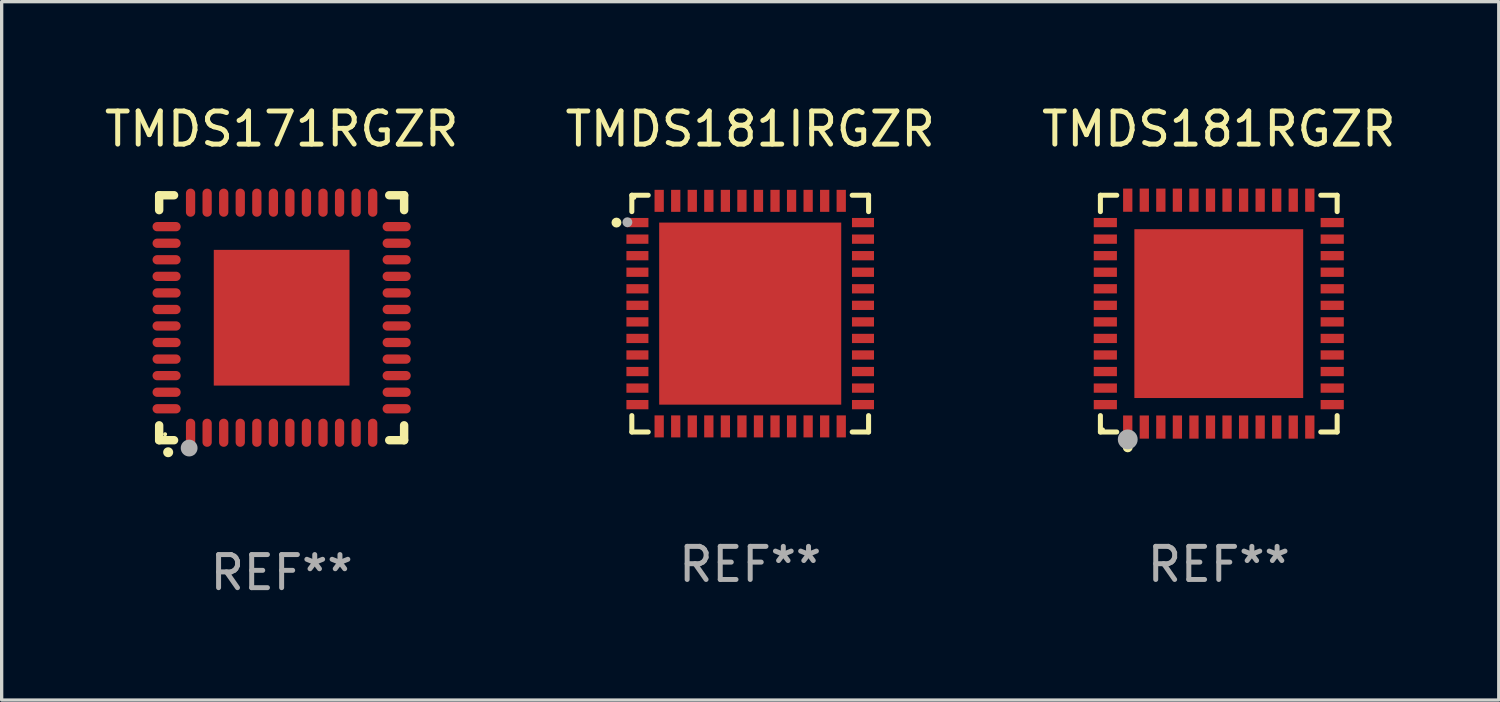
<source format=kicad_pcb>
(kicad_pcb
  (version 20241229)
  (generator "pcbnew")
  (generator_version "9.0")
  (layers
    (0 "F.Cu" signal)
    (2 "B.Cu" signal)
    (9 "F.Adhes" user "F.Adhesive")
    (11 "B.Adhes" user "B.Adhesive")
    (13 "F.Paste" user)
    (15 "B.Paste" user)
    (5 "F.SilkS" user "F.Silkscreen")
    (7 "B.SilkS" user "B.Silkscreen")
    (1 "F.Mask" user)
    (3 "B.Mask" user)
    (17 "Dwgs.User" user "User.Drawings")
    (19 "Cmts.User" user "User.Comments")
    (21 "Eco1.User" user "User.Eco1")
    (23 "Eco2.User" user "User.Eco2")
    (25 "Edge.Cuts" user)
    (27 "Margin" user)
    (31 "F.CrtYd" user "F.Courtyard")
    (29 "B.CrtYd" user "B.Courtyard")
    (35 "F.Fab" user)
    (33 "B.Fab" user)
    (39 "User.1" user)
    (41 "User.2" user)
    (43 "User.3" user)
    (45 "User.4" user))
  (footprint "TMDS181RGZR"
    (layer "F.Cu")
    (at 33.768 6.424)
    (property "Reference" "TMDS181RGZR" (at 0 -5.576 0) (layer "F.SilkS") (effects (font (size 1 1) (thickness 0.15))))
    (attr through_hole)
    (fp_line (start -3.576 -3.576) (end -3.081 -3.576) (stroke (width 0.152) (type solid)) (layer "F.SilkS"))
    (fp_line (start -3.576 -3.081) (end -3.576 -3.576) (stroke (width 0.152) (type solid)) (layer "F.SilkS"))
    (fp_line (start -3.576 3.081) (end -3.576 3.576) (stroke (width 0.152) (type solid)) (layer "F.SilkS"))
    (fp_line (start -3.576 3.576) (end -3.081 3.576) (stroke (width 0.152) (type solid)) (layer "F.SilkS"))
    (fp_line (start 3.576 -3.576) (end 3.081 -3.576) (stroke (width 0.152) (type solid)) (layer "F.SilkS"))
    (fp_line (start 3.576 -3.081) (end 3.576 -3.576) (stroke (width 0.152) (type solid)) (layer "F.SilkS"))
    (fp_line (start 3.576 3.081) (end 3.576 3.576) (stroke (width 0.152) (type solid)) (layer "F.SilkS"))
    (fp_line (start 3.576 3.576) (end 3.081 3.576) (stroke (width 0.152) (type solid)) (layer "F.SilkS"))
    (fp_circle (center -3.5 3.5) (end -3.47 3.5) (stroke (width 0.06) (type solid)) (fill no) (layer "F.SilkS"))
    (fp_circle (center -2.75 4.04) (end -2.675 4.04) (stroke (width 0.15) (type solid)) (fill no) (layer "F.SilkS"))
    (fp_circle (center -2.75 3.8) (end -2.6 3.8) (stroke (width 0.3) (type solid)) (fill no) (layer "F.Fab"))
    (fp_text user "REF**" (at 0 7.576 0) (layer "F.Fab") (effects (font (size 1 1) (thickness 0.15))))
    (pad "1" smd rect (at -2.75 3.427) (size 0.28 0.7) (layers "F.Cu" "F.Mask" "F.Paste"))
    (pad "2" smd rect (at -2.25 3.427) (size 0.28 0.7) (layers "F.Cu" "F.Mask" "F.Paste"))
    (pad "3" smd rect (at -1.75 3.427) (size 0.28 0.7) (layers "F.Cu" "F.Mask" "F.Paste"))
    (pad "4" smd rect (at -1.25 3.427) (size 0.28 0.7) (layers "F.Cu" "F.Mask" "F.Paste"))
    (pad "5" smd rect (at -0.75 3.427) (size 0.28 0.7) (layers "F.Cu" "F.Mask" "F.Paste"))
    (pad "6" smd rect (at -0.25 3.427) (size 0.28 0.7) (layers "F.Cu" "F.Mask" "F.Paste"))
    (pad "7" smd rect (at 0.25 3.427) (size 0.28 0.7) (layers "F.Cu" "F.Mask" "F.Paste"))
    (pad "8" smd rect (at 0.75 3.427) (size 0.28 0.7) (layers "F.Cu" "F.Mask" "F.Paste"))
    (pad "9" smd rect (at 1.25 3.427) (size 0.28 0.7) (layers "F.Cu" "F.Mask" "F.Paste"))
    (pad "10" smd rect (at 1.75 3.427) (size 0.28 0.7) (layers "F.Cu" "F.Mask" "F.Paste"))
    (pad "11" smd rect (at 2.25 3.427) (size 0.28 0.7) (layers "F.Cu" "F.Mask" "F.Paste"))
    (pad "12" smd rect (at 2.75 3.427) (size 0.28 0.7) (layers "F.Cu" "F.Mask" "F.Paste"))
    (pad "13" smd rect (at 3.427 2.75) (size 0.7 0.28) (layers "F.Cu" "F.Mask" "F.Paste"))
    (pad "14" smd rect (at 3.427 2.25) (size 0.7 0.28) (layers "F.Cu" "F.Mask" "F.Paste"))
    (pad "15" smd rect (at 3.427 1.75) (size 0.7 0.28) (layers "F.Cu" "F.Mask" "F.Paste"))
    (pad "16" smd rect (at 3.427 1.25) (size 0.7 0.28) (layers "F.Cu" "F.Mask" "F.Paste"))
    (pad "17" smd rect (at 3.427 0.75) (size 0.7 0.28) (layers "F.Cu" "F.Mask" "F.Paste"))
    (pad "18" smd rect (at 3.427 0.25) (size 0.7 0.28) (layers "F.Cu" "F.Mask" "F.Paste"))
    (pad "19" smd rect (at 3.427 -0.25) (size 0.7 0.28) (layers "F.Cu" "F.Mask" "F.Paste"))
    (pad "20" smd rect (at 3.427 -0.75) (size 0.7 0.28) (layers "F.Cu" "F.Mask" "F.Paste"))
    (pad "21" smd rect (at 3.427 -1.25) (size 0.7 0.28) (layers "F.Cu" "F.Mask" "F.Paste"))
    (pad "22" smd rect (at 3.427 -1.75) (size 0.7 0.28) (layers "F.Cu" "F.Mask" "F.Paste"))
    (pad "23" smd rect (at 3.427 -2.25) (size 0.7 0.28) (layers "F.Cu" "F.Mask" "F.Paste"))
    (pad "24" smd rect (at 3.427 -2.75) (size 0.7 0.28) (layers "F.Cu" "F.Mask" "F.Paste"))
    (pad "25" smd rect (at 2.75 -3.427) (size 0.28 0.7) (layers "F.Cu" "F.Mask" "F.Paste"))
    (pad "26" smd rect (at 2.25 -3.427) (size 0.28 0.7) (layers "F.Cu" "F.Mask" "F.Paste"))
    (pad "27" smd rect (at 1.75 -3.427) (size 0.28 0.7) (layers "F.Cu" "F.Mask" "F.Paste"))
    (pad "28" smd rect (at 1.25 -3.427) (size 0.28 0.7) (layers "F.Cu" "F.Mask" "F.Paste"))
    (pad "29" smd rect (at 0.75 -3.427) (size 0.28 0.7) (layers "F.Cu" "F.Mask" "F.Paste"))
    (pad "30" smd rect (at 0.25 -3.427) (size 0.28 0.7) (layers "F.Cu" "F.Mask" "F.Paste"))
    (pad "31" smd rect (at -0.25 -3.427) (size 0.28 0.7) (layers "F.Cu" "F.Mask" "F.Paste"))
    (pad "32" smd rect (at -0.75 -3.427) (size 0.28 0.7) (layers "F.Cu" "F.Mask" "F.Paste"))
    (pad "33" smd rect (at -1.25 -3.427) (size 0.28 0.7) (layers "F.Cu" "F.Mask" "F.Paste"))
    (pad "34" smd rect (at -1.75 -3.427) (size 0.28 0.7) (layers "F.Cu" "F.Mask" "F.Paste"))
    (pad "35" smd rect (at -2.25 -3.427) (size 0.28 0.7) (layers "F.Cu" "F.Mask" "F.Paste"))
    (pad "36" smd rect (at -2.75 -3.427) (size 0.28 0.7) (layers "F.Cu" "F.Mask" "F.Paste"))
    (pad "37" smd rect (at -3.427 -2.75) (size 0.7 0.28) (layers "F.Cu" "F.Mask" "F.Paste"))
    (pad "38" smd rect (at -3.427 -2.25) (size 0.7 0.28) (layers "F.Cu" "F.Mask" "F.Paste"))
    (pad "39" smd rect (at -3.427 -1.75) (size 0.7 0.28) (layers "F.Cu" "F.Mask" "F.Paste"))
    (pad "40" smd rect (at -3.427 -1.25) (size 0.7 0.28) (layers "F.Cu" "F.Mask" "F.Paste"))
    (pad "41" smd rect (at -3.427 -0.75) (size 0.7 0.28) (layers "F.Cu" "F.Mask" "F.Paste"))
    (pad "42" smd rect (at -3.427 -0.25) (size 0.7 0.28) (layers "F.Cu" "F.Mask" "F.Paste"))
    (pad "43" smd rect (at -3.427 0.25) (size 0.7 0.28) (layers "F.Cu" "F.Mask" "F.Paste"))
    (pad "44" smd rect (at -3.427 0.75) (size 0.7 0.28) (layers "F.Cu" "F.Mask" "F.Paste"))
    (pad "45" smd rect (at -3.427 1.25) (size 0.7 0.28) (layers "F.Cu" "F.Mask" "F.Paste"))
    (pad "46" smd rect (at -3.427 1.75) (size 0.7 0.28) (layers "F.Cu" "F.Mask" "F.Paste"))
    (pad "47" smd rect (at -3.427 2.25) (size 0.7 0.28) (layers "F.Cu" "F.Mask" "F.Paste"))
    (pad "48" smd rect (at -3.427 2.75) (size 0.7 0.28) (layers "F.Cu" "F.Mask" "F.Paste"))
    (pad "49" smd rect (at 0 0) (size 5.1 5.1) (layers "F.Cu" "F.Mask" "F.Paste")))
  (footprint "TMDS181IRGZR"
    (layer "F.Cu")
    (at 19.613 6.424)
    (property "Reference" "TMDS181IRGZR" (at 0 -5.576 0) (layer "F.SilkS") (effects (font (size 1 1) (thickness 0.15))))
    (attr through_hole)
    (fp_line (start -3.576 -3.576) (end -3.576 -3.081) (stroke (width 0.152) (type solid)) (layer "F.SilkS"))
    (fp_line (start -3.576 3.576) (end -3.576 3.081) (stroke (width 0.152) (type solid)) (layer "F.SilkS"))
    (fp_line (start -3.081 -3.576) (end -3.576 -3.576) (stroke (width 0.152) (type solid)) (layer "F.SilkS"))
    (fp_line (start -3.081 3.576) (end -3.576 3.576) (stroke (width 0.152) (type solid)) (layer "F.SilkS"))
    (fp_line (start 3.081 -3.576) (end 3.576 -3.576) (stroke (width 0.152) (type solid)) (layer "F.SilkS"))
    (fp_line (start 3.081 3.576) (end 3.576 3.576) (stroke (width 0.152) (type solid)) (layer "F.SilkS"))
    (fp_line (start 3.576 -3.576) (end 3.576 -3.081) (stroke (width 0.152) (type solid)) (layer "F.SilkS"))
    (fp_line (start 3.576 3.576) (end 3.576 3.081) (stroke (width 0.152) (type solid)) (layer "F.SilkS"))
    (fp_circle (center -4.04 -2.75) (end -3.965 -2.75) (stroke (width 0.15) (type solid)) (fill no) (layer "F.SilkS"))
    (fp_circle (center -3.5 -3.5) (end -3.47 -3.5) (stroke (width 0.06) (type solid)) (fill no) (layer "F.SilkS"))
    (fp_circle (center -3.71 -2.76) (end -3.635 -2.76) (stroke (width 0.15) (type solid)) (fill no) (layer "F.Fab"))
    (fp_text user "REF**" (at 0 7.576 0) (layer "F.Fab") (effects (font (size 1 1) (thickness 0.15))))
    (pad "1" smd rect (at -3.407 -2.75) (size 0.665 0.28) (layers "F.Cu" "F.Mask" "F.Paste"))
    (pad "2" smd rect (at -3.407 -2.25) (size 0.665 0.28) (layers "F.Cu" "F.Mask" "F.Paste"))
    (pad "3" smd rect (at -3.407 -1.75) (size 0.665 0.28) (layers "F.Cu" "F.Mask" "F.Paste"))
    (pad "4" smd rect (at -3.407 -1.25) (size 0.665 0.28) (layers "F.Cu" "F.Mask" "F.Paste"))
    (pad "5" smd rect (at -3.407 -0.75) (size 0.665 0.28) (layers "F.Cu" "F.Mask" "F.Paste"))
    (pad "6" smd rect (at -3.407 -0.25) (size 0.665 0.28) (layers "F.Cu" "F.Mask" "F.Paste"))
    (pad "7" smd rect (at -3.407 0.25) (size 0.665 0.28) (layers "F.Cu" "F.Mask" "F.Paste"))
    (pad "8" smd rect (at -3.407 0.75) (size 0.665 0.28) (layers "F.Cu" "F.Mask" "F.Paste"))
    (pad "9" smd rect (at -3.407 1.25) (size 0.665 0.28) (layers "F.Cu" "F.Mask" "F.Paste"))
    (pad "10" smd rect (at -3.407 1.75) (size 0.665 0.28) (layers "F.Cu" "F.Mask" "F.Paste"))
    (pad "11" smd rect (at -3.407 2.25) (size 0.665 0.28) (layers "F.Cu" "F.Mask" "F.Paste"))
    (pad "12" smd rect (at -3.407 2.75) (size 0.665 0.28) (layers "F.Cu" "F.Mask" "F.Paste"))
    (pad "13" smd rect (at -2.75 3.407) (size 0.28 0.665) (layers "F.Cu" "F.Mask" "F.Paste"))
    (pad "14" smd rect (at -2.25 3.407) (size 0.28 0.665) (layers "F.Cu" "F.Mask" "F.Paste"))
    (pad "15" smd rect (at -1.75 3.407) (size 0.28 0.665) (layers "F.Cu" "F.Mask" "F.Paste"))
    (pad "16" smd rect (at -1.25 3.407) (size 0.28 0.665) (layers "F.Cu" "F.Mask" "F.Paste"))
    (pad "17" smd rect (at -0.75 3.407) (size 0.28 0.665) (layers "F.Cu" "F.Mask" "F.Paste"))
    (pad "18" smd rect (at -0.25 3.407) (size 0.28 0.665) (layers "F.Cu" "F.Mask" "F.Paste"))
    (pad "19" smd rect (at 0.25 3.407) (size 0.28 0.665) (layers "F.Cu" "F.Mask" "F.Paste"))
    (pad "20" smd rect (at 0.75 3.407) (size 0.28 0.665) (layers "F.Cu" "F.Mask" "F.Paste"))
    (pad "21" smd rect (at 1.25 3.407) (size 0.28 0.665) (layers "F.Cu" "F.Mask" "F.Paste"))
    (pad "22" smd rect (at 1.75 3.407) (size 0.28 0.665) (layers "F.Cu" "F.Mask" "F.Paste"))
    (pad "23" smd rect (at 2.25 3.407) (size 0.28 0.665) (layers "F.Cu" "F.Mask" "F.Paste"))
    (pad "24" smd rect (at 2.75 3.407) (size 0.28 0.665) (layers "F.Cu" "F.Mask" "F.Paste"))
    (pad "25" smd rect (at 3.407 2.75) (size 0.665 0.28) (layers "F.Cu" "F.Mask" "F.Paste"))
    (pad "26" smd rect (at 3.407 2.25) (size 0.665 0.28) (layers "F.Cu" "F.Mask" "F.Paste"))
    (pad "27" smd rect (at 3.407 1.75) (size 0.665 0.28) (layers "F.Cu" "F.Mask" "F.Paste"))
    (pad "28" smd rect (at 3.407 1.25) (size 0.665 0.28) (layers "F.Cu" "F.Mask" "F.Paste"))
    (pad "29" smd rect (at 3.407 0.75) (size 0.665 0.28) (layers "F.Cu" "F.Mask" "F.Paste"))
    (pad "30" smd rect (at 3.407 0.25) (size 0.665 0.28) (layers "F.Cu" "F.Mask" "F.Paste"))
    (pad "31" smd rect (at 3.407 -0.25) (size 0.665 0.28) (layers "F.Cu" "F.Mask" "F.Paste"))
    (pad "32" smd rect (at 3.407 -0.75) (size 0.665 0.28) (layers "F.Cu" "F.Mask" "F.Paste"))
    (pad "33" smd rect (at 3.407 -1.25) (size 0.665 0.28) (layers "F.Cu" "F.Mask" "F.Paste"))
    (pad "34" smd rect (at 3.407 -1.75) (size 0.665 0.28) (layers "F.Cu" "F.Mask" "F.Paste"))
    (pad "35" smd rect (at 3.407 -2.25) (size 0.665 0.28) (layers "F.Cu" "F.Mask" "F.Paste"))
    (pad "36" smd rect (at 3.407 -2.75) (size 0.665 0.28) (layers "F.Cu" "F.Mask" "F.Paste"))
    (pad "37" smd rect (at 2.75 -3.407) (size 0.28 0.665) (layers "F.Cu" "F.Mask" "F.Paste"))
    (pad "38" smd rect (at 2.25 -3.407) (size 0.28 0.665) (layers "F.Cu" "F.Mask" "F.Paste"))
    (pad "39" smd rect (at 1.75 -3.407) (size 0.28 0.665) (layers "F.Cu" "F.Mask" "F.Paste"))
    (pad "40" smd rect (at 1.25 -3.407) (size 0.28 0.665) (layers "F.Cu" "F.Mask" "F.Paste"))
    (pad "41" smd rect (at 0.75 -3.407) (size 0.28 0.665) (layers "F.Cu" "F.Mask" "F.Paste"))
    (pad "42" smd rect (at 0.25 -3.407) (size 0.28 0.665) (layers "F.Cu" "F.Mask" "F.Paste"))
    (pad "43" smd rect (at -0.25 -3.407) (size 0.28 0.665) (layers "F.Cu" "F.Mask" "F.Paste"))
    (pad "44" smd rect (at -0.75 -3.407) (size 0.28 0.665) (layers "F.Cu" "F.Mask" "F.Paste"))
    (pad "45" smd rect (at -1.25 -3.407) (size 0.28 0.665) (layers "F.Cu" "F.Mask" "F.Paste"))
    (pad "46" smd rect (at -1.75 -3.407) (size 0.28 0.665) (layers "F.Cu" "F.Mask" "F.Paste"))
    (pad "47" smd rect (at -2.25 -3.407) (size 0.28 0.665) (layers "F.Cu" "F.Mask" "F.Paste"))
    (pad "48" smd rect (at -2.75 -3.407) (size 0.28 0.665) (layers "F.Cu" "F.Mask" "F.Paste"))
    (pad "49" smd rect (at 0 0) (size 5.5 5.5) (layers "F.Cu" "F.Mask" "F.Paste")))
  (footprint "TMDS171RGZR"
    (layer "F.Cu")
    (at 5.458 6.548)
    (property "Reference" "TMDS171RGZR" (at 0 -5.7 0) (layer "F.SilkS") (effects (font (size 1 1) (thickness 0.15))))
    (attr through_hole)
    (fp_line (start -3.7 -3.7) (end -3.25 -3.7) (stroke (width 0.254) (type solid)) (layer "F.SilkS"))
    (fp_line (start -3.7 -3.25) (end -3.7 -3.7) (stroke (width 0.254) (type solid)) (layer "F.SilkS"))
    (fp_line (start -3.7 3.7) (end -3.7 3.25) (stroke (width 0.254) (type solid)) (layer "F.SilkS"))
    (fp_line (start -3.25 3.7) (end -3.7 3.7) (stroke (width 0.254) (type solid)) (layer "F.SilkS"))
    (fp_line (start 3.25 3.7) (end 3.7 3.7) (stroke (width 0.254) (type solid)) (layer "F.SilkS"))
    (fp_line (start 3.7 -3.7) (end 3.25 -3.7) (stroke (width 0.254) (type solid)) (layer "F.SilkS"))
    (fp_line (start 3.7 -3.25) (end 3.7 -3.7) (stroke (width 0.254) (type solid)) (layer "F.SilkS"))
    (fp_line (start 3.7 3.7) (end 3.7 3.25) (stroke (width 0.254) (type solid)) (layer "F.SilkS"))
    (fp_arc (start -3.429108 4.06411) (mid -3.427838 4.064105) (end -3.426568 4.06411) (stroke (width 0.3) (type solid)) (layer "F.SilkS"))
    (fp_circle (center -3.52 3.52) (end -3.49 3.52) (stroke (width 0.06) (type solid)) (fill no) (layer "F.SilkS"))
    (fp_circle (center -2.794 3.937) (end -2.667 3.937) (stroke (width 0.254) (type solid)) (fill no) (layer "F.Fab"))
    (fp_text user "REF**" (at 0 7.7 0) (layer "F.Fab") (effects (font (size 1 1) (thickness 0.15))))
    (pad "1" smd oval (at -2.751 3.475) (size 0.28 0.85) (layers "F.Cu" "F.Mask" "F.Paste"))
    (pad "2" smd oval (at -2.251 3.475) (size 0.28 0.85) (layers "F.Cu" "F.Mask" "F.Paste"))
    (pad "3" smd oval (at -1.75 3.475) (size 0.28 0.85) (layers "F.Cu" "F.Mask" "F.Paste"))
    (pad "4" smd oval (at -1.25 3.475) (size 0.28 0.85) (layers "F.Cu" "F.Mask" "F.Paste"))
    (pad "5" smd oval (at -0.749 3.475) (size 0.28 0.85) (layers "F.Cu" "F.Mask" "F.Paste"))
    (pad "6" smd oval (at -0.249 3.475) (size 0.28 0.85) (layers "F.Cu" "F.Mask" "F.Paste"))
    (pad "7" smd oval (at 0.249 3.475) (size 0.28 0.85) (layers "F.Cu" "F.Mask" "F.Paste"))
    (pad "8" smd oval (at 0.749 3.475) (size 0.28 0.85) (layers "F.Cu" "F.Mask" "F.Paste"))
    (pad "9" smd oval (at 1.25 3.475) (size 0.28 0.85) (layers "F.Cu" "F.Mask" "F.Paste"))
    (pad "10" smd oval (at 1.75 3.475) (size 0.28 0.85) (layers "F.Cu" "F.Mask" "F.Paste"))
    (pad "11" smd oval (at 2.25 3.475) (size 0.28 0.85) (layers "F.Cu" "F.Mask" "F.Paste"))
    (pad "12" smd oval (at 2.751 3.475) (size 0.28 0.85) (layers "F.Cu" "F.Mask" "F.Paste"))
    (pad "13" smd oval (at 3.475 2.751) (size 0.85 0.28) (layers "F.Cu" "F.Mask" "F.Paste"))
    (pad "14" smd oval (at 3.475 2.251) (size 0.85 0.28) (layers "F.Cu" "F.Mask" "F.Paste"))
    (pad "15" smd oval (at 3.475 1.75) (size 0.85 0.28) (layers "F.Cu" "F.Mask" "F.Paste"))
    (pad "16" smd oval (at 3.475 1.25) (size 0.85 0.28) (layers "F.Cu" "F.Mask" "F.Paste"))
    (pad "17" smd oval (at 3.475 0.749) (size 0.85 0.28) (layers "F.Cu" "F.Mask" "F.Paste"))
    (pad "18" smd oval (at 3.475 0.249) (size 0.85 0.28) (layers "F.Cu" "F.Mask" "F.Paste"))
    (pad "19" smd oval (at 3.475 -0.249) (size 0.85 0.28) (layers "F.Cu" "F.Mask" "F.Paste"))
    (pad "20" smd oval (at 3.475 -0.749) (size 0.85 0.28) (layers "F.Cu" "F.Mask" "F.Paste"))
    (pad "21" smd oval (at 3.475 -1.25) (size 0.85 0.28) (layers "F.Cu" "F.Mask" "F.Paste"))
    (pad "22" smd oval (at 3.475 -1.75) (size 0.85 0.28) (layers "F.Cu" "F.Mask" "F.Paste"))
    (pad "23" smd oval (at 3.475 -2.25) (size 0.85 0.28) (layers "F.Cu" "F.Mask" "F.Paste"))
    (pad "24" smd oval (at 3.475 -2.751) (size 0.85 0.28) (layers "F.Cu" "F.Mask" "F.Paste"))
    (pad "25" smd oval (at 2.751 -3.475) (size 0.28 0.85) (layers "F.Cu" "F.Mask" "F.Paste"))
    (pad "26" smd oval (at 2.25 -3.475) (size 0.28 0.85) (layers "F.Cu" "F.Mask" "F.Paste"))
    (pad "27" smd oval (at 1.75 -3.475) (size 0.28 0.85) (layers "F.Cu" "F.Mask" "F.Paste"))
    (pad "28" smd oval (at 1.25 -3.475) (size 0.28 0.85) (layers "F.Cu" "F.Mask" "F.Paste"))
    (pad "29" smd oval (at 0.749 -3.475) (size 0.28 0.85) (layers "F.Cu" "F.Mask" "F.Paste"))
    (pad "30" smd oval (at 0.249 -3.475) (size 0.28 0.85) (layers "F.Cu" "F.Mask" "F.Paste"))
    (pad "31" smd oval (at -0.249 -3.475) (size 0.28 0.85) (layers "F.Cu" "F.Mask" "F.Paste"))
    (pad "32" smd oval (at -0.749 -3.475) (size 0.28 0.85) (layers "F.Cu" "F.Mask" "F.Paste"))
    (pad "33" smd oval (at -1.25 -3.475) (size 0.28 0.85) (layers "F.Cu" "F.Mask" "F.Paste"))
    (pad "34" smd oval (at -1.75 -3.475) (size 0.28 0.85) (layers "F.Cu" "F.Mask" "F.Paste"))
    (pad "35" smd oval (at -2.251 -3.475) (size 0.28 0.85) (layers "F.Cu" "F.Mask" "F.Paste"))
    (pad "36" smd oval (at -2.751 -3.475) (size 0.28 0.85) (layers "F.Cu" "F.Mask" "F.Paste"))
    (pad "37" smd oval (at -3.475 -2.751) (size 0.85 0.28) (layers "F.Cu" "F.Mask" "F.Paste"))
    (pad "38" smd oval (at -3.475 -2.25) (size 0.85 0.28) (layers "F.Cu" "F.Mask" "F.Paste"))
    (pad "39" smd oval (at -3.475 -1.75) (size 0.85 0.28) (layers "F.Cu" "F.Mask" "F.Paste"))
    (pad "40" smd oval (at -3.475 -1.25) (size 0.85 0.28) (layers "F.Cu" "F.Mask" "F.Paste"))
    (pad "41" smd oval (at -3.475 -0.749) (size 0.85 0.28) (layers "F.Cu" "F.Mask" "F.Paste"))
    (pad "42" smd oval (at -3.475 -0.249) (size 0.85 0.28) (layers "F.Cu" "F.Mask" "F.Paste"))
    (pad "43" smd oval (at -3.475 0.249) (size 0.85 0.28) (layers "F.Cu" "F.Mask" "F.Paste"))
    (pad "44" smd oval (at -3.475 0.749) (size 0.85 0.28) (layers "F.Cu" "F.Mask" "F.Paste"))
    (pad "45" smd oval (at -3.475 1.25) (size 0.85 0.28) (layers "F.Cu" "F.Mask" "F.Paste"))
    (pad "46" smd oval (at -3.475 1.75) (size 0.85 0.28) (layers "F.Cu" "F.Mask" "F.Paste"))
    (pad "47" smd oval (at -3.475 2.251) (size 0.85 0.28) (layers "F.Cu" "F.Mask" "F.Paste"))
    (pad "48" smd oval (at -3.475 2.751) (size 0.85 0.28) (layers "F.Cu" "F.Mask" "F.Paste"))
    (pad "49" smd rect (at -0.000102 0.000102) (size 4.1 4.1) (layers "F.Cu" "F.Mask" "F.Paste")))
  (gr_rect
    (start -3 -3)
    (end 42.226 18.097)
    (stroke (width 0.1) (type default))
    (fill no)
    (layer "Edge.Cuts")))
</source>
